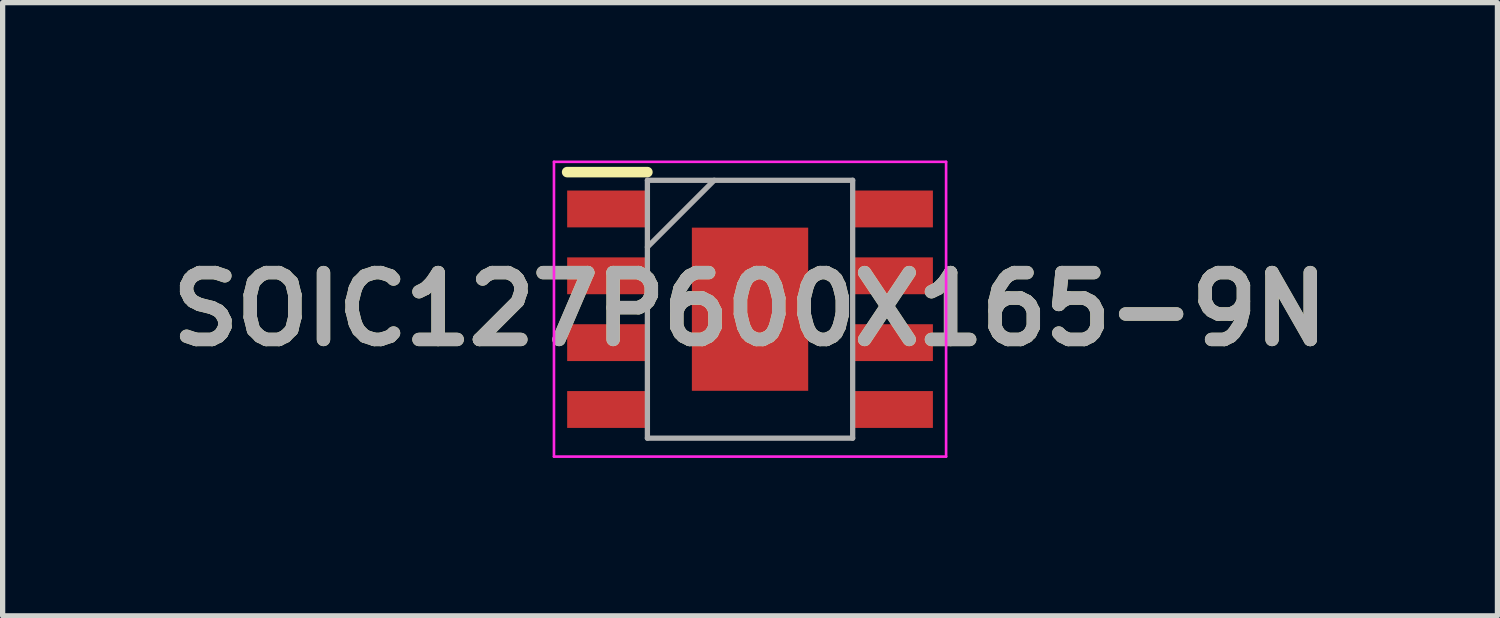
<source format=kicad_pcb>
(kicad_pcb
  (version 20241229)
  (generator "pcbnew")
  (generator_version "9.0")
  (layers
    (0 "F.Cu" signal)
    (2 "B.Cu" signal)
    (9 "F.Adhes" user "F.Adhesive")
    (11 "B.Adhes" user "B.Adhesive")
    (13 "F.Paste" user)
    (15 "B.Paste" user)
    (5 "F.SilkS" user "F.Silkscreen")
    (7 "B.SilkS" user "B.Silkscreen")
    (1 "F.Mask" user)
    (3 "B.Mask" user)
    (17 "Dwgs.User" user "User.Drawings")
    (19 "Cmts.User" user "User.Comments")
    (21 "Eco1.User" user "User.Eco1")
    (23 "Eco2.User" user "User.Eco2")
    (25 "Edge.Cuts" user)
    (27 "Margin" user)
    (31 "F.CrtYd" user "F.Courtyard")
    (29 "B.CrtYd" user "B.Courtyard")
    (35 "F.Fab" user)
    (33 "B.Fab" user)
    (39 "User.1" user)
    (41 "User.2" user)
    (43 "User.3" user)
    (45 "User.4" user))
  (footprint "SOIC127P600X165-9N"
    (layer "F.Cu")
    (at 11.2 2.825)
    (property "Reference" "SOIC127P600X165-9N" (at 0 0 0) (layer "F.SilkS") (effects (font (size 1.27 1.27) (thickness 0.254))))
    (attr smd)
    (fp_line (start -3.475 -2.605) (end -1.95 -2.605) (stroke (width 0.2) (type solid)) (layer "F.SilkS"))
    (fp_line (start -3.725 -2.8) (end 3.725 -2.8) (stroke (width 0.05) (type solid)) (layer "F.CrtYd"))
    (fp_line (start -3.725 2.8) (end -3.725 -2.8) (stroke (width 0.05) (type solid)) (layer "F.CrtYd"))
    (fp_line (start 3.725 -2.8) (end 3.725 2.8) (stroke (width 0.05) (type solid)) (layer "F.CrtYd"))
    (fp_line (start 3.725 2.8) (end -3.725 2.8) (stroke (width 0.05) (type solid)) (layer "F.CrtYd"))
    (fp_line (start -1.95 -2.45) (end 1.95 -2.45) (stroke (width 0.1) (type solid)) (layer "F.Fab"))
    (fp_line (start -1.95 -1.18) (end -0.68 -2.45) (stroke (width 0.1) (type solid)) (layer "F.Fab"))
    (fp_line (start -1.95 2.45) (end -1.95 -2.45) (stroke (width 0.1) (type solid)) (layer "F.Fab"))
    (fp_line (start 1.95 -2.45) (end 1.95 2.45) (stroke (width 0.1) (type solid)) (layer "F.Fab"))
    (fp_line (start 1.95 2.45) (end -1.95 2.45) (stroke (width 0.1) (type solid)) (layer "F.Fab"))
    (fp_text user "${REFERENCE}" (at 0 0 0) (layer "F.Fab") (effects (font (size 1.27 1.27) (thickness 0.254))))
    (pad "1" smd rect (at -2.712 -1.905 90) (size 0.7 1.525) (layers "F.Cu" "F.Mask" "F.Paste"))
    (pad "2" smd rect (at -2.712 -0.635 90) (size 0.7 1.525) (layers "F.Cu" "F.Mask" "F.Paste"))
    (pad "3" smd rect (at -2.712 0.635 90) (size 0.7 1.525) (layers "F.Cu" "F.Mask" "F.Paste"))
    (pad "4" smd rect (at -2.712 1.905 90) (size 0.7 1.525) (layers "F.Cu" "F.Mask" "F.Paste"))
    (pad "5" smd rect (at 2.712 1.905 90) (size 0.7 1.525) (layers "F.Cu" "F.Mask" "F.Paste"))
    (pad "6" smd rect (at 2.712 0.635 90) (size 0.7 1.525) (layers "F.Cu" "F.Mask" "F.Paste"))
    (pad "7" smd rect (at 2.712 -0.635 90) (size 0.7 1.525) (layers "F.Cu" "F.Mask" "F.Paste"))
    (pad "8" smd rect (at 2.712 -1.905 90) (size 0.7 1.525) (layers "F.Cu" "F.Mask" "F.Paste"))
    (pad "9" smd rect (at 0 0) (size 2.21 3.1) (layers "F.Cu" "F.Mask" "F.Paste")))
  (gr_rect
    (start -3 -3)
    (end 25.4 8.65)
    (stroke (width 0.1) (type default))
    (fill no)
    (layer "Edge.Cuts")))
</source>
